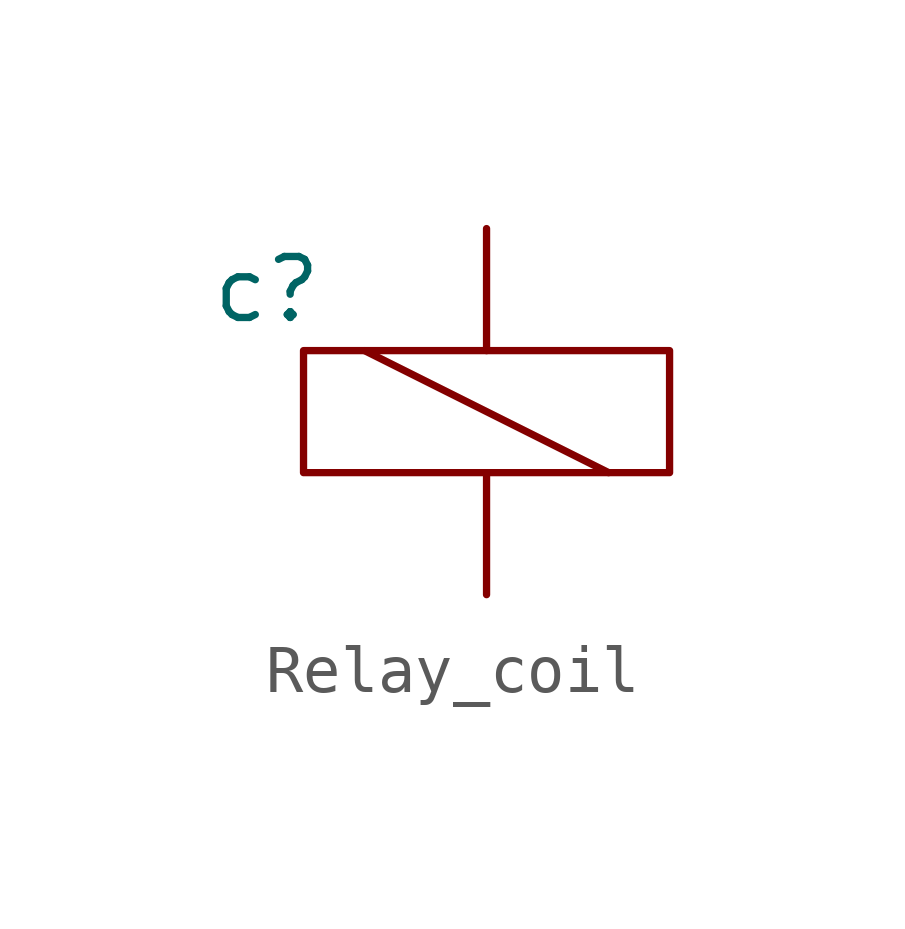
<source format=kicad_sym>
(kicad_symbol_lib
  (version 20231120)
  (generator "kicad_symbol_editor")
  (generator_version "8.0")
  (symbol "Relay_coil"
    (property "Reference" "c"
      (at -4.572 2.54 0)
      (effects (font (size 1.27 1.27))))
    (property "Value" ""
      (at 0 0 0)
      (effects (font (size 1.27 1.27))))
    (symbol "Relay_coil_0_1"
      (rectangle (start -3.81 1.27) (end 3.81 -1.27) (stroke (width 0) (type default)) (fill (type none)))
      (polyline (pts (xy -2.54 1.27) (xy 2.54 -1.27)) (stroke (width 0) (type default)) (fill (type none)))
      (polyline (pts (xy 0 -1.27) (xy 0 -3.81)) (stroke (width 0) (type default)) (fill (type none)))
      (polyline (pts (xy 0 1.27) (xy 0 3.81)) (stroke (width 0) (type default)) (fill (type none))))))
</source>
